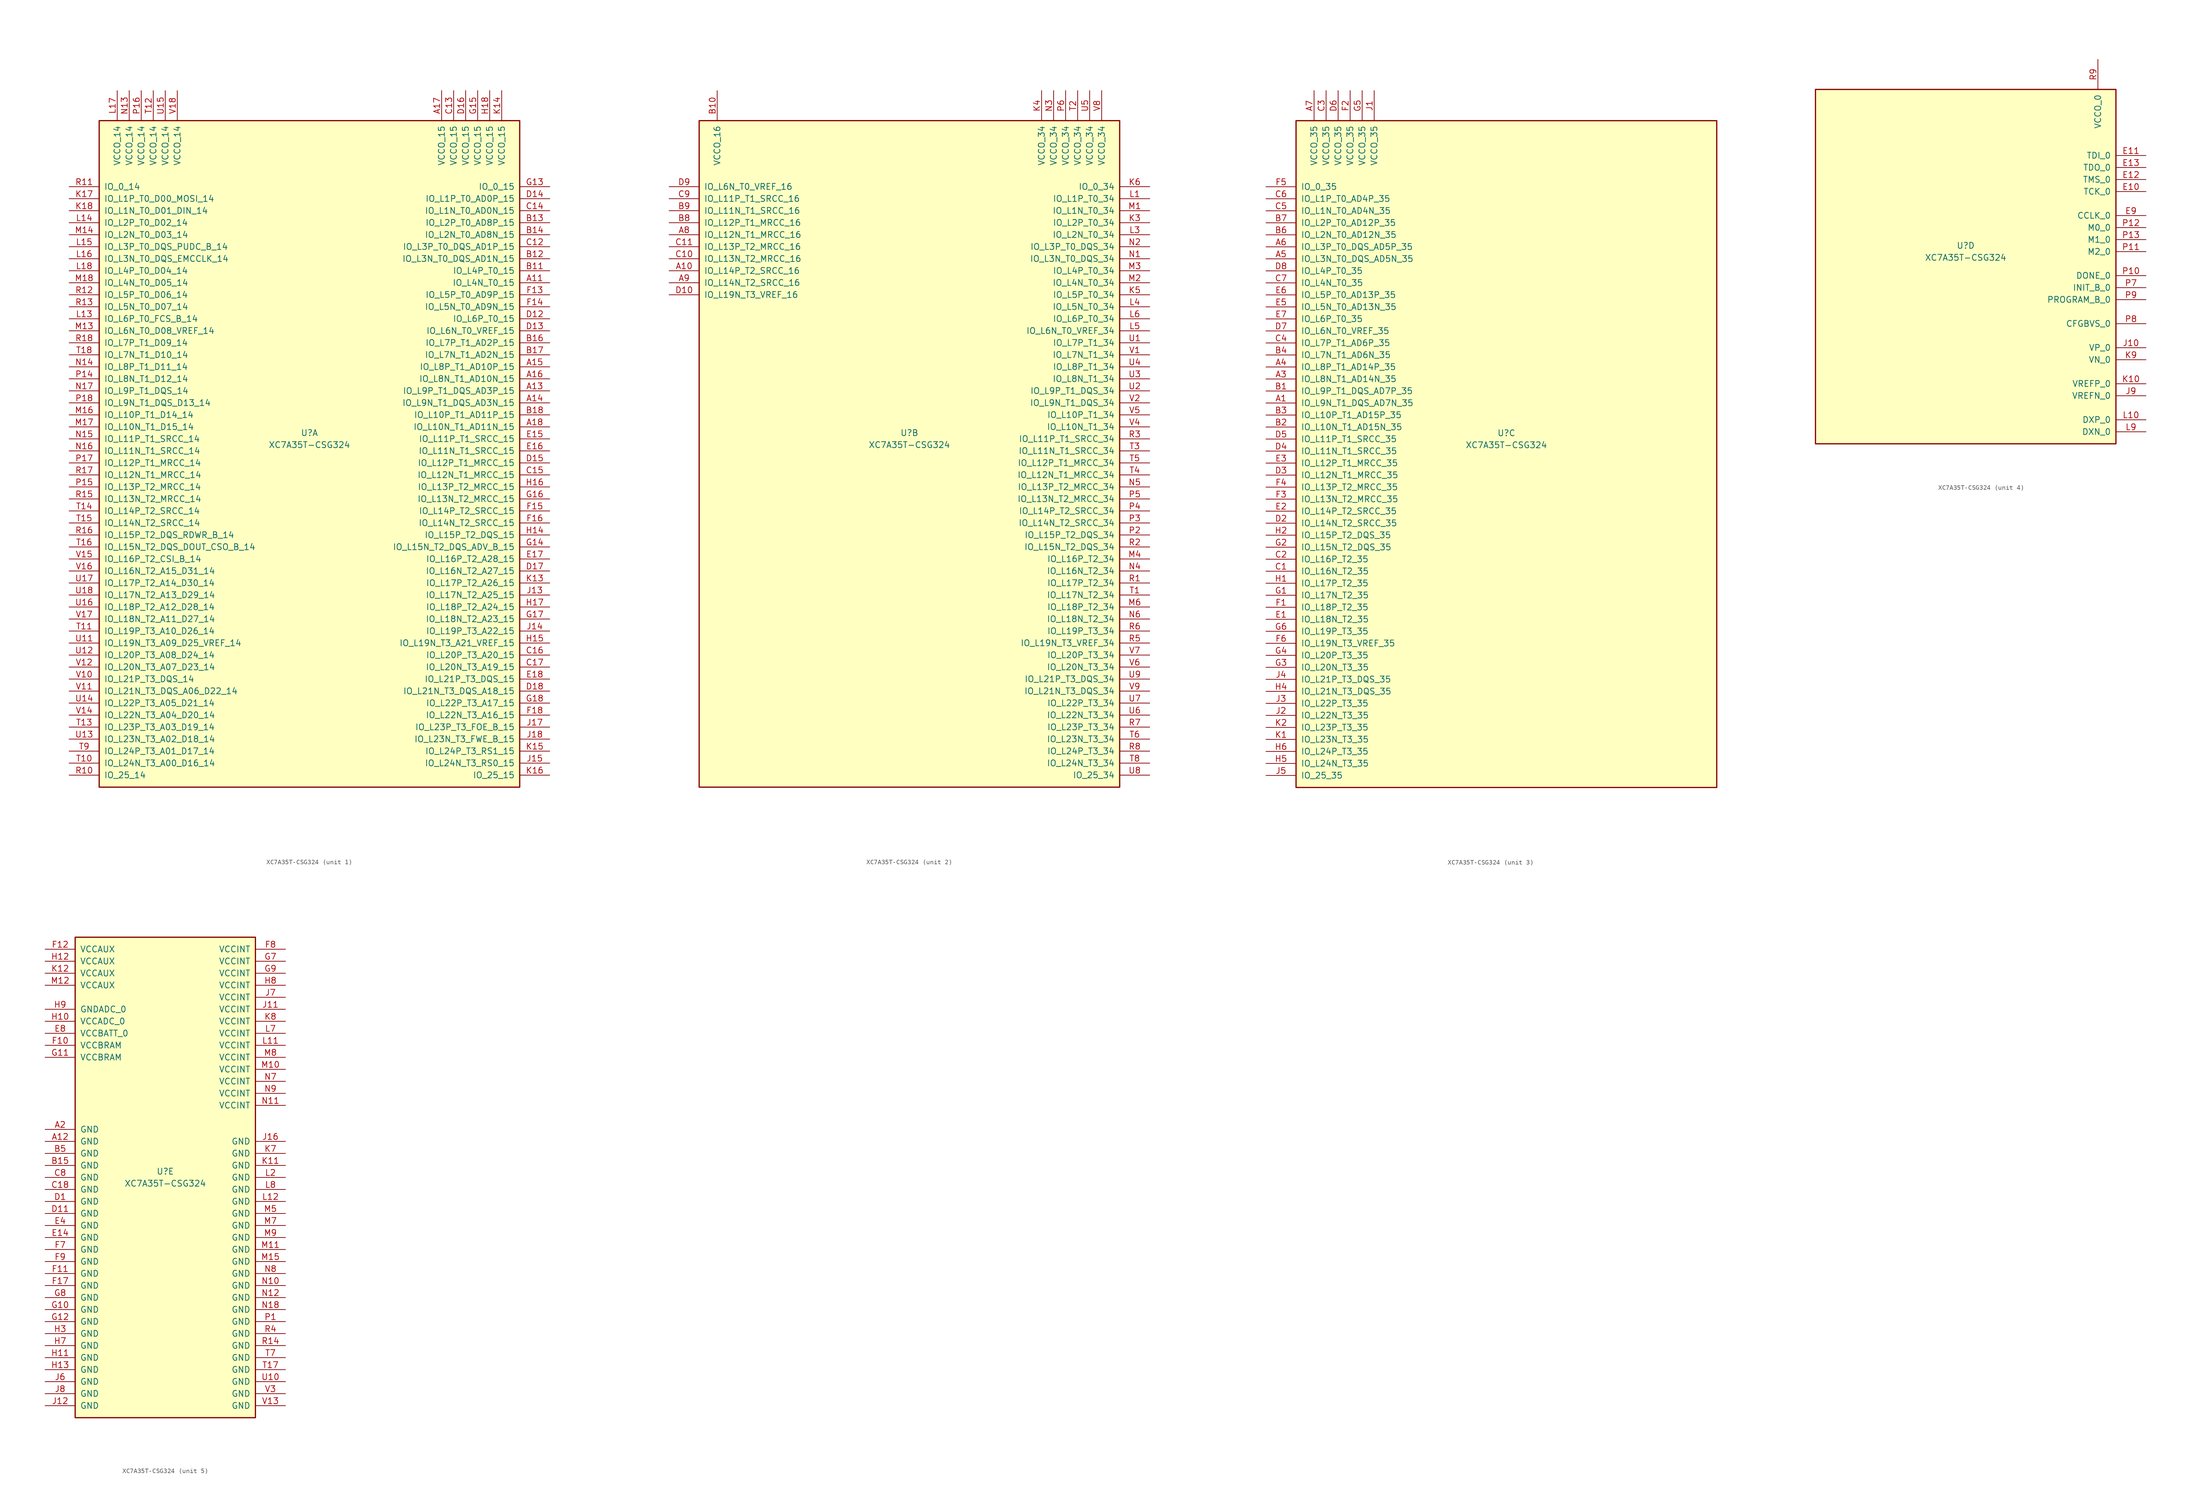
<source format=kicad_sym>
(kicad_symbol_lib
  (version 20241209)
  (generator "kicad_symbol_editor")
  (generator_version "9.0")
  (symbol "XC7A35T-CSG324"
    (pin_names
      (offset 1.016))
    (property "Reference" "U"
      (at 0 1.27 0)
      (effects (font (size 1.27 1.27))))
    (property "Value" "XC7A35T-CSG324"
      (at 0 -1.27 0)
      (effects (font (size 1.27 1.27))))
    (property "Datasheet" ""
      (at 0 0 0)
      (effects (font (size 1.27 1.27))))
    (property "ki_locked" ""
      (at 0 0 0)
      (effects (font (size 1.27 1.27))))
    (symbol "XC7A35T-CSG324_1_1"
      (rectangle (start -44.45 67.31) (end 44.45 -73.66) (stroke (width 0.254) (type default)) (fill (type background)))
      (pin bidirectional line (at -50.8 53.34 0) (length 6.35) (name "IO_0_14" (effects (font (size 1.27 1.27)))) (number "R11" (effects (font (size 1.27 1.27)))))
      (pin bidirectional line (at -50.8 50.8 0) (length 6.35) (name "IO_L1P_T0_D00_MOSI_14" (effects (font (size 1.27 1.27)))) (number "K17" (effects (font (size 1.27 1.27)))))
      (pin bidirectional line (at -50.8 48.26 0) (length 6.35) (name "IO_L1N_T0_D01_DIN_14" (effects (font (size 1.27 1.27)))) (number "K18" (effects (font (size 1.27 1.27)))))
      (pin bidirectional line (at -50.8 45.72 0) (length 6.35) (name "IO_L2P_T0_D02_14" (effects (font (size 1.27 1.27)))) (number "L14" (effects (font (size 1.27 1.27)))))
      (pin bidirectional line (at -50.8 43.18 0) (length 6.35) (name "IO_L2N_T0_D03_14" (effects (font (size 1.27 1.27)))) (number "M14" (effects (font (size 1.27 1.27)))))
      (pin bidirectional line (at -50.8 40.64 0) (length 6.35) (name "IO_L3P_T0_DQS_PUDC_B_14" (effects (font (size 1.27 1.27)))) (number "L15" (effects (font (size 1.27 1.27)))))
      (pin bidirectional line (at -50.8 38.1 0) (length 6.35) (name "IO_L3N_T0_DQS_EMCCLK_14" (effects (font (size 1.27 1.27)))) (number "L16" (effects (font (size 1.27 1.27)))))
      (pin bidirectional line (at -50.8 35.56 0) (length 6.35) (name "IO_L4P_T0_D04_14" (effects (font (size 1.27 1.27)))) (number "L18" (effects (font (size 1.27 1.27)))))
      (pin bidirectional line (at -50.8 33.02 0) (length 6.35) (name "IO_L4N_T0_D05_14" (effects (font (size 1.27 1.27)))) (number "M18" (effects (font (size 1.27 1.27)))))
      (pin bidirectional line (at -50.8 30.48 0) (length 6.35) (name "IO_L5P_T0_D06_14" (effects (font (size 1.27 1.27)))) (number "R12" (effects (font (size 1.27 1.27)))))
      (pin bidirectional line (at -50.8 27.94 0) (length 6.35) (name "IO_L5N_T0_D07_14" (effects (font (size 1.27 1.27)))) (number "R13" (effects (font (size 1.27 1.27)))))
      (pin bidirectional line (at -50.8 25.4 0) (length 6.35) (name "IO_L6P_T0_FCS_B_14" (effects (font (size 1.27 1.27)))) (number "L13" (effects (font (size 1.27 1.27)))))
      (pin bidirectional line (at -50.8 22.86 0) (length 6.35) (name "IO_L6N_T0_D08_VREF_14" (effects (font (size 1.27 1.27)))) (number "M13" (effects (font (size 1.27 1.27)))))
      (pin bidirectional line (at -50.8 20.32 0) (length 6.35) (name "IO_L7P_T1_D09_14" (effects (font (size 1.27 1.27)))) (number "R18" (effects (font (size 1.27 1.27)))))
      (pin bidirectional line (at -50.8 17.78 0) (length 6.35) (name "IO_L7N_T1_D10_14" (effects (font (size 1.27 1.27)))) (number "T18" (effects (font (size 1.27 1.27)))))
      (pin bidirectional line (at -50.8 15.24 0) (length 6.35) (name "IO_L8P_T1_D11_14" (effects (font (size 1.27 1.27)))) (number "N14" (effects (font (size 1.27 1.27)))))
      (pin bidirectional line (at -50.8 12.7 0) (length 6.35) (name "IO_L8N_T1_D12_14" (effects (font (size 1.27 1.27)))) (number "P14" (effects (font (size 1.27 1.27)))))
      (pin bidirectional line (at -50.8 10.16 0) (length 6.35) (name "IO_L9P_T1_DQS_14" (effects (font (size 1.27 1.27)))) (number "N17" (effects (font (size 1.27 1.27)))))
      (pin bidirectional line (at -50.8 7.62 0) (length 6.35) (name "IO_L9N_T1_DQS_D13_14" (effects (font (size 1.27 1.27)))) (number "P18" (effects (font (size 1.27 1.27)))))
      (pin bidirectional line (at -50.8 5.08 0) (length 6.35) (name "IO_L10P_T1_D14_14" (effects (font (size 1.27 1.27)))) (number "M16" (effects (font (size 1.27 1.27)))))
      (pin bidirectional line (at -50.8 2.54 0) (length 6.35) (name "IO_L10N_T1_D15_14" (effects (font (size 1.27 1.27)))) (number "M17" (effects (font (size 1.27 1.27)))))
      (pin bidirectional line (at -50.8 0 0) (length 6.35) (name "IO_L11P_T1_SRCC_14" (effects (font (size 1.27 1.27)))) (number "N15" (effects (font (size 1.27 1.27)))))
      (pin bidirectional line (at -50.8 -2.54 0) (length 6.35) (name "IO_L11N_T1_SRCC_14" (effects (font (size 1.27 1.27)))) (number "N16" (effects (font (size 1.27 1.27)))))
      (pin bidirectional line (at -50.8 -5.08 0) (length 6.35) (name "IO_L12P_T1_MRCC_14" (effects (font (size 1.27 1.27)))) (number "P17" (effects (font (size 1.27 1.27)))))
      (pin bidirectional line (at -50.8 -7.62 0) (length 6.35) (name "IO_L12N_T1_MRCC_14" (effects (font (size 1.27 1.27)))) (number "R17" (effects (font (size 1.27 1.27)))))
      (pin bidirectional line (at -50.8 -10.16 0) (length 6.35) (name "IO_L13P_T2_MRCC_14" (effects (font (size 1.27 1.27)))) (number "P15" (effects (font (size 1.27 1.27)))))
      (pin bidirectional line (at -50.8 -12.7 0) (length 6.35) (name "IO_L13N_T2_MRCC_14" (effects (font (size 1.27 1.27)))) (number "R15" (effects (font (size 1.27 1.27)))))
      (pin bidirectional line (at -50.8 -15.24 0) (length 6.35) (name "IO_L14P_T2_SRCC_14" (effects (font (size 1.27 1.27)))) (number "T14" (effects (font (size 1.27 1.27)))))
      (pin bidirectional line (at -50.8 -17.78 0) (length 6.35) (name "IO_L14N_T2_SRCC_14" (effects (font (size 1.27 1.27)))) (number "T15" (effects (font (size 1.27 1.27)))))
      (pin bidirectional line (at -50.8 -20.32 0) (length 6.35) (name "IO_L15P_T2_DQS_RDWR_B_14" (effects (font (size 1.27 1.27)))) (number "R16" (effects (font (size 1.27 1.27)))))
      (pin bidirectional line (at -50.8 -22.86 0) (length 6.35) (name "IO_L15N_T2_DQS_DOUT_CSO_B_14" (effects (font (size 1.27 1.27)))) (number "T16" (effects (font (size 1.27 1.27)))))
      (pin bidirectional line (at -50.8 -25.4 0) (length 6.35) (name "IO_L16P_T2_CSI_B_14" (effects (font (size 1.27 1.27)))) (number "V15" (effects (font (size 1.27 1.27)))))
      (pin bidirectional line (at -50.8 -27.94 0) (length 6.35) (name "IO_L16N_T2_A15_D31_14" (effects (font (size 1.27 1.27)))) (number "V16" (effects (font (size 1.27 1.27)))))
      (pin bidirectional line (at -50.8 -30.48 0) (length 6.35) (name "IO_L17P_T2_A14_D30_14" (effects (font (size 1.27 1.27)))) (number "U17" (effects (font (size 1.27 1.27)))))
      (pin bidirectional line (at -50.8 -33.02 0) (length 6.35) (name "IO_L17N_T2_A13_D29_14" (effects (font (size 1.27 1.27)))) (number "U18" (effects (font (size 1.27 1.27)))))
      (pin bidirectional line (at -50.8 -35.56 0) (length 6.35) (name "IO_L18P_T2_A12_D28_14" (effects (font (size 1.27 1.27)))) (number "U16" (effects (font (size 1.27 1.27)))))
      (pin bidirectional line (at -50.8 -38.1 0) (length 6.35) (name "IO_L18N_T2_A11_D27_14" (effects (font (size 1.27 1.27)))) (number "V17" (effects (font (size 1.27 1.27)))))
      (pin bidirectional line (at -50.8 -40.64 0) (length 6.35) (name "IO_L19P_T3_A10_D26_14" (effects (font (size 1.27 1.27)))) (number "T11" (effects (font (size 1.27 1.27)))))
      (pin bidirectional line (at -50.8 -43.18 0) (length 6.35) (name "IO_L19N_T3_A09_D25_VREF_14" (effects (font (size 1.27 1.27)))) (number "U11" (effects (font (size 1.27 1.27)))))
      (pin bidirectional line (at -50.8 -45.72 0) (length 6.35) (name "IO_L20P_T3_A08_D24_14" (effects (font (size 1.27 1.27)))) (number "U12" (effects (font (size 1.27 1.27)))))
      (pin bidirectional line (at -50.8 -48.26 0) (length 6.35) (name "IO_L20N_T3_A07_D23_14" (effects (font (size 1.27 1.27)))) (number "V12" (effects (font (size 1.27 1.27)))))
      (pin bidirectional line (at -50.8 -50.8 0) (length 6.35) (name "IO_L21P_T3_DQS_14" (effects (font (size 1.27 1.27)))) (number "V10" (effects (font (size 1.27 1.27)))))
      (pin bidirectional line (at -50.8 -53.34 0) (length 6.35) (name "IO_L21N_T3_DQS_A06_D22_14" (effects (font (size 1.27 1.27)))) (number "V11" (effects (font (size 1.27 1.27)))))
      (pin bidirectional line (at -50.8 -55.88 0) (length 6.35) (name "IO_L22P_T3_A05_D21_14" (effects (font (size 1.27 1.27)))) (number "U14" (effects (font (size 1.27 1.27)))))
      (pin bidirectional line (at -50.8 -58.42 0) (length 6.35) (name "IO_L22N_T3_A04_D20_14" (effects (font (size 1.27 1.27)))) (number "V14" (effects (font (size 1.27 1.27)))))
      (pin bidirectional line (at -50.8 -60.96 0) (length 6.35) (name "IO_L23P_T3_A03_D19_14" (effects (font (size 1.27 1.27)))) (number "T13" (effects (font (size 1.27 1.27)))))
      (pin bidirectional line (at -50.8 -63.5 0) (length 6.35) (name "IO_L23N_T3_A02_D18_14" (effects (font (size 1.27 1.27)))) (number "U13" (effects (font (size 1.27 1.27)))))
      (pin bidirectional line (at -50.8 -66.04 0) (length 6.35) (name "IO_L24P_T3_A01_D17_14" (effects (font (size 1.27 1.27)))) (number "T9" (effects (font (size 1.27 1.27)))))
      (pin bidirectional line (at -50.8 -68.58 0) (length 6.35) (name "IO_L24N_T3_A00_D16_14" (effects (font (size 1.27 1.27)))) (number "T10" (effects (font (size 1.27 1.27)))))
      (pin bidirectional line (at -50.8 -71.12 0) (length 6.35) (name "IO_25_14" (effects (font (size 1.27 1.27)))) (number "R10" (effects (font (size 1.27 1.27)))))
      (pin power_in line (at -40.64 73.66 270) (length 6.35) (name "VCCO_14" (effects (font (size 1.27 1.27)))) (number "L17" (effects (font (size 1.27 1.27)))))
      (pin power_in line (at -38.1 73.66 270) (length 6.35) (name "VCCO_14" (effects (font (size 1.27 1.27)))) (number "N13" (effects (font (size 1.27 1.27)))))
      (pin power_in line (at -35.56 73.66 270) (length 6.35) (name "VCCO_14" (effects (font (size 1.27 1.27)))) (number "P16" (effects (font (size 1.27 1.27)))))
      (pin power_in line (at -33.02 73.66 270) (length 6.35) (name "VCCO_14" (effects (font (size 1.27 1.27)))) (number "T12" (effects (font (size 1.27 1.27)))))
      (pin power_in line (at -30.48 73.66 270) (length 6.35) (name "VCCO_14" (effects (font (size 1.27 1.27)))) (number "U15" (effects (font (size 1.27 1.27)))))
      (pin power_in line (at -27.94 73.66 270) (length 6.35) (name "VCCO_14" (effects (font (size 1.27 1.27)))) (number "V18" (effects (font (size 1.27 1.27)))))
      (pin power_in line (at 27.94 73.66 270) (length 6.35) (name "VCCO_15" (effects (font (size 1.27 1.27)))) (number "A17" (effects (font (size 1.27 1.27)))))
      (pin power_in line (at 30.48 73.66 270) (length 6.35) (name "VCCO_15" (effects (font (size 1.27 1.27)))) (number "C13" (effects (font (size 1.27 1.27)))))
      (pin power_in line (at 33.02 73.66 270) (length 6.35) (name "VCCO_15" (effects (font (size 1.27 1.27)))) (number "D16" (effects (font (size 1.27 1.27)))))
      (pin power_in line (at 35.56 73.66 270) (length 6.35) (name "VCCO_15" (effects (font (size 1.27 1.27)))) (number "G15" (effects (font (size 1.27 1.27)))))
      (pin power_in line (at 38.1 73.66 270) (length 6.35) (name "VCCO_15" (effects (font (size 1.27 1.27)))) (number "H18" (effects (font (size 1.27 1.27)))))
      (pin power_in line (at 40.64 73.66 270) (length 6.35) (name "VCCO_15" (effects (font (size 1.27 1.27)))) (number "K14" (effects (font (size 1.27 1.27)))))
      (pin bidirectional line (at 50.8 53.34 180) (length 6.35) (name "IO_0_15" (effects (font (size 1.27 1.27)))) (number "G13" (effects (font (size 1.27 1.27)))))
      (pin bidirectional line (at 50.8 50.8 180) (length 6.35) (name "IO_L1P_T0_AD0P_15" (effects (font (size 1.27 1.27)))) (number "D14" (effects (font (size 1.27 1.27)))))
      (pin bidirectional line (at 50.8 48.26 180) (length 6.35) (name "IO_L1N_T0_AD0N_15" (effects (font (size 1.27 1.27)))) (number "C14" (effects (font (size 1.27 1.27)))))
      (pin bidirectional line (at 50.8 45.72 180) (length 6.35) (name "IO_L2P_T0_AD8P_15" (effects (font (size 1.27 1.27)))) (number "B13" (effects (font (size 1.27 1.27)))))
      (pin bidirectional line (at 50.8 43.18 180) (length 6.35) (name "IO_L2N_T0_AD8N_15" (effects (font (size 1.27 1.27)))) (number "B14" (effects (font (size 1.27 1.27)))))
      (pin bidirectional line (at 50.8 40.64 180) (length 6.35) (name "IO_L3P_T0_DQS_AD1P_15" (effects (font (size 1.27 1.27)))) (number "C12" (effects (font (size 1.27 1.27)))))
      (pin bidirectional line (at 50.8 38.1 180) (length 6.35) (name "IO_L3N_T0_DQS_AD1N_15" (effects (font (size 1.27 1.27)))) (number "B12" (effects (font (size 1.27 1.27)))))
      (pin bidirectional line (at 50.8 35.56 180) (length 6.35) (name "IO_L4P_T0_15" (effects (font (size 1.27 1.27)))) (number "B11" (effects (font (size 1.27 1.27)))))
      (pin bidirectional line (at 50.8 33.02 180) (length 6.35) (name "IO_L4N_T0_15" (effects (font (size 1.27 1.27)))) (number "A11" (effects (font (size 1.27 1.27)))))
      (pin bidirectional line (at 50.8 30.48 180) (length 6.35) (name "IO_L5P_T0_AD9P_15" (effects (font (size 1.27 1.27)))) (number "F13" (effects (font (size 1.27 1.27)))))
      (pin bidirectional line (at 50.8 27.94 180) (length 6.35) (name "IO_L5N_T0_AD9N_15" (effects (font (size 1.27 1.27)))) (number "F14" (effects (font (size 1.27 1.27)))))
      (pin bidirectional line (at 50.8 25.4 180) (length 6.35) (name "IO_L6P_T0_15" (effects (font (size 1.27 1.27)))) (number "D12" (effects (font (size 1.27 1.27)))))
      (pin bidirectional line (at 50.8 22.86 180) (length 6.35) (name "IO_L6N_T0_VREF_15" (effects (font (size 1.27 1.27)))) (number "D13" (effects (font (size 1.27 1.27)))))
      (pin bidirectional line (at 50.8 20.32 180) (length 6.35) (name "IO_L7P_T1_AD2P_15" (effects (font (size 1.27 1.27)))) (number "B16" (effects (font (size 1.27 1.27)))))
      (pin bidirectional line (at 50.8 17.78 180) (length 6.35) (name "IO_L7N_T1_AD2N_15" (effects (font (size 1.27 1.27)))) (number "B17" (effects (font (size 1.27 1.27)))))
      (pin bidirectional line (at 50.8 15.24 180) (length 6.35) (name "IO_L8P_T1_AD10P_15" (effects (font (size 1.27 1.27)))) (number "A15" (effects (font (size 1.27 1.27)))))
      (pin bidirectional line (at 50.8 12.7 180) (length 6.35) (name "IO_L8N_T1_AD10N_15" (effects (font (size 1.27 1.27)))) (number "A16" (effects (font (size 1.27 1.27)))))
      (pin bidirectional line (at 50.8 10.16 180) (length 6.35) (name "IO_L9P_T1_DQS_AD3P_15" (effects (font (size 1.27 1.27)))) (number "A13" (effects (font (size 1.27 1.27)))))
      (pin bidirectional line (at 50.8 7.62 180) (length 6.35) (name "IO_L9N_T1_DQS_AD3N_15" (effects (font (size 1.27 1.27)))) (number "A14" (effects (font (size 1.27 1.27)))))
      (pin bidirectional line (at 50.8 5.08 180) (length 6.35) (name "IO_L10P_T1_AD11P_15" (effects (font (size 1.27 1.27)))) (number "B18" (effects (font (size 1.27 1.27)))))
      (pin bidirectional line (at 50.8 2.54 180) (length 6.35) (name "IO_L10N_T1_AD11N_15" (effects (font (size 1.27 1.27)))) (number "A18" (effects (font (size 1.27 1.27)))))
      (pin bidirectional line (at 50.8 0 180) (length 6.35) (name "IO_L11P_T1_SRCC_15" (effects (font (size 1.27 1.27)))) (number "E15" (effects (font (size 1.27 1.27)))))
      (pin bidirectional line (at 50.8 -2.54 180) (length 6.35) (name "IO_L11N_T1_SRCC_15" (effects (font (size 1.27 1.27)))) (number "E16" (effects (font (size 1.27 1.27)))))
      (pin bidirectional line (at 50.8 -5.08 180) (length 6.35) (name "IO_L12P_T1_MRCC_15" (effects (font (size 1.27 1.27)))) (number "D15" (effects (font (size 1.27 1.27)))))
      (pin bidirectional line (at 50.8 -7.62 180) (length 6.35) (name "IO_L12N_T1_MRCC_15" (effects (font (size 1.27 1.27)))) (number "C15" (effects (font (size 1.27 1.27)))))
      (pin bidirectional line (at 50.8 -10.16 180) (length 6.35) (name "IO_L13P_T2_MRCC_15" (effects (font (size 1.27 1.27)))) (number "H16" (effects (font (size 1.27 1.27)))))
      (pin bidirectional line (at 50.8 -12.7 180) (length 6.35) (name "IO_L13N_T2_MRCC_15" (effects (font (size 1.27 1.27)))) (number "G16" (effects (font (size 1.27 1.27)))))
      (pin bidirectional line (at 50.8 -15.24 180) (length 6.35) (name "IO_L14P_T2_SRCC_15" (effects (font (size 1.27 1.27)))) (number "F15" (effects (font (size 1.27 1.27)))))
      (pin bidirectional line (at 50.8 -17.78 180) (length 6.35) (name "IO_L14N_T2_SRCC_15" (effects (font (size 1.27 1.27)))) (number "F16" (effects (font (size 1.27 1.27)))))
      (pin bidirectional line (at 50.8 -20.32 180) (length 6.35) (name "IO_L15P_T2_DQS_15" (effects (font (size 1.27 1.27)))) (number "H14" (effects (font (size 1.27 1.27)))))
      (pin bidirectional line (at 50.8 -22.86 180) (length 6.35) (name "IO_L15N_T2_DQS_ADV_B_15" (effects (font (size 1.27 1.27)))) (number "G14" (effects (font (size 1.27 1.27)))))
      (pin bidirectional line (at 50.8 -25.4 180) (length 6.35) (name "IO_L16P_T2_A28_15" (effects (font (size 1.27 1.27)))) (number "E17" (effects (font (size 1.27 1.27)))))
      (pin bidirectional line (at 50.8 -27.94 180) (length 6.35) (name "IO_L16N_T2_A27_15" (effects (font (size 1.27 1.27)))) (number "D17" (effects (font (size 1.27 1.27)))))
      (pin bidirectional line (at 50.8 -30.48 180) (length 6.35) (name "IO_L17P_T2_A26_15" (effects (font (size 1.27 1.27)))) (number "K13" (effects (font (size 1.27 1.27)))))
      (pin bidirectional line (at 50.8 -33.02 180) (length 6.35) (name "IO_L17N_T2_A25_15" (effects (font (size 1.27 1.27)))) (number "J13" (effects (font (size 1.27 1.27)))))
      (pin bidirectional line (at 50.8 -35.56 180) (length 6.35) (name "IO_L18P_T2_A24_15" (effects (font (size 1.27 1.27)))) (number "H17" (effects (font (size 1.27 1.27)))))
      (pin bidirectional line (at 50.8 -38.1 180) (length 6.35) (name "IO_L18N_T2_A23_15" (effects (font (size 1.27 1.27)))) (number "G17" (effects (font (size 1.27 1.27)))))
      (pin bidirectional line (at 50.8 -40.64 180) (length 6.35) (name "IO_L19P_T3_A22_15" (effects (font (size 1.27 1.27)))) (number "J14" (effects (font (size 1.27 1.27)))))
      (pin bidirectional line (at 50.8 -43.18 180) (length 6.35) (name "IO_L19N_T3_A21_VREF_15" (effects (font (size 1.27 1.27)))) (number "H15" (effects (font (size 1.27 1.27)))))
      (pin bidirectional line (at 50.8 -45.72 180) (length 6.35) (name "IO_L20P_T3_A20_15" (effects (font (size 1.27 1.27)))) (number "C16" (effects (font (size 1.27 1.27)))))
      (pin bidirectional line (at 50.8 -48.26 180) (length 6.35) (name "IO_L20N_T3_A19_15" (effects (font (size 1.27 1.27)))) (number "C17" (effects (font (size 1.27 1.27)))))
      (pin bidirectional line (at 50.8 -50.8 180) (length 6.35) (name "IO_L21P_T3_DQS_15" (effects (font (size 1.27 1.27)))) (number "E18" (effects (font (size 1.27 1.27)))))
      (pin bidirectional line (at 50.8 -53.34 180) (length 6.35) (name "IO_L21N_T3_DQS_A18_15" (effects (font (size 1.27 1.27)))) (number "D18" (effects (font (size 1.27 1.27)))))
      (pin bidirectional line (at 50.8 -55.88 180) (length 6.35) (name "IO_L22P_T3_A17_15" (effects (font (size 1.27 1.27)))) (number "G18" (effects (font (size 1.27 1.27)))))
      (pin bidirectional line (at 50.8 -58.42 180) (length 6.35) (name "IO_L22N_T3_A16_15" (effects (font (size 1.27 1.27)))) (number "F18" (effects (font (size 1.27 1.27)))))
      (pin bidirectional line (at 50.8 -60.96 180) (length 6.35) (name "IO_L23P_T3_FOE_B_15" (effects (font (size 1.27 1.27)))) (number "J17" (effects (font (size 1.27 1.27)))))
      (pin bidirectional line (at 50.8 -63.5 180) (length 6.35) (name "IO_L23N_T3_FWE_B_15" (effects (font (size 1.27 1.27)))) (number "J18" (effects (font (size 1.27 1.27)))))
      (pin bidirectional line (at 50.8 -66.04 180) (length 6.35) (name "IO_L24P_T3_RS1_15" (effects (font (size 1.27 1.27)))) (number "K15" (effects (font (size 1.27 1.27)))))
      (pin bidirectional line (at 50.8 -68.58 180) (length 6.35) (name "IO_L24N_T3_RS0_15" (effects (font (size 1.27 1.27)))) (number "J15" (effects (font (size 1.27 1.27)))))
      (pin bidirectional line (at 50.8 -71.12 180) (length 6.35) (name "IO_25_15" (effects (font (size 1.27 1.27)))) (number "K16" (effects (font (size 1.27 1.27))))))
    (symbol "XC7A35T-CSG324_2_1"
      (rectangle (start -44.45 67.31) (end 44.45 -73.66) (stroke (width 0.254) (type default)) (fill (type background)))
      (pin bidirectional line (at -50.8 53.34 0) (length 6.35) (name "IO_L6N_T0_VREF_16" (effects (font (size 1.27 1.27)))) (number "D9" (effects (font (size 1.27 1.27)))))
      (pin bidirectional line (at -50.8 50.8 0) (length 6.35) (name "IO_L11P_T1_SRCC_16" (effects (font (size 1.27 1.27)))) (number "C9" (effects (font (size 1.27 1.27)))))
      (pin bidirectional line (at -50.8 48.26 0) (length 6.35) (name "IO_L11N_T1_SRCC_16" (effects (font (size 1.27 1.27)))) (number "B9" (effects (font (size 1.27 1.27)))))
      (pin bidirectional line (at -50.8 45.72 0) (length 6.35) (name "IO_L12P_T1_MRCC_16" (effects (font (size 1.27 1.27)))) (number "B8" (effects (font (size 1.27 1.27)))))
      (pin bidirectional line (at -50.8 43.18 0) (length 6.35) (name "IO_L12N_T1_MRCC_16" (effects (font (size 1.27 1.27)))) (number "A8" (effects (font (size 1.27 1.27)))))
      (pin bidirectional line (at -50.8 40.64 0) (length 6.35) (name "IO_L13P_T2_MRCC_16" (effects (font (size 1.27 1.27)))) (number "C11" (effects (font (size 1.27 1.27)))))
      (pin bidirectional line (at -50.8 38.1 0) (length 6.35) (name "IO_L13N_T2_MRCC_16" (effects (font (size 1.27 1.27)))) (number "C10" (effects (font (size 1.27 1.27)))))
      (pin bidirectional line (at -50.8 35.56 0) (length 6.35) (name "IO_L14P_T2_SRCC_16" (effects (font (size 1.27 1.27)))) (number "A10" (effects (font (size 1.27 1.27)))))
      (pin bidirectional line (at -50.8 33.02 0) (length 6.35) (name "IO_L14N_T2_SRCC_16" (effects (font (size 1.27 1.27)))) (number "A9" (effects (font (size 1.27 1.27)))))
      (pin bidirectional line (at -50.8 30.48 0) (length 6.35) (name "IO_L19N_T3_VREF_16" (effects (font (size 1.27 1.27)))) (number "D10" (effects (font (size 1.27 1.27)))))
      (pin power_in line (at -40.64 73.66 270) (length 6.35) (name "VCCO_16" (effects (font (size 1.27 1.27)))) (number "B10" (effects (font (size 1.27 1.27)))))
      (pin power_in line (at 27.94 73.66 270) (length 6.35) (name "VCCO_34" (effects (font (size 1.27 1.27)))) (number "K4" (effects (font (size 1.27 1.27)))))
      (pin power_in line (at 30.48 73.66 270) (length 6.35) (name "VCCO_34" (effects (font (size 1.27 1.27)))) (number "N3" (effects (font (size 1.27 1.27)))))
      (pin power_in line (at 33.02 73.66 270) (length 6.35) (name "VCCO_34" (effects (font (size 1.27 1.27)))) (number "P6" (effects (font (size 1.27 1.27)))))
      (pin power_in line (at 35.56 73.66 270) (length 6.35) (name "VCCO_34" (effects (font (size 1.27 1.27)))) (number "T2" (effects (font (size 1.27 1.27)))))
      (pin power_in line (at 38.1 73.66 270) (length 6.35) (name "VCCO_34" (effects (font (size 1.27 1.27)))) (number "U5" (effects (font (size 1.27 1.27)))))
      (pin power_in line (at 40.64 73.66 270) (length 6.35) (name "VCCO_34" (effects (font (size 1.27 1.27)))) (number "V8" (effects (font (size 1.27 1.27)))))
      (pin bidirectional line (at 50.8 53.34 180) (length 6.35) (name "IO_0_34" (effects (font (size 1.27 1.27)))) (number "K6" (effects (font (size 1.27 1.27)))))
      (pin bidirectional line (at 50.8 50.8 180) (length 6.35) (name "IO_L1P_T0_34" (effects (font (size 1.27 1.27)))) (number "L1" (effects (font (size 1.27 1.27)))))
      (pin bidirectional line (at 50.8 48.26 180) (length 6.35) (name "IO_L1N_T0_34" (effects (font (size 1.27 1.27)))) (number "M1" (effects (font (size 1.27 1.27)))))
      (pin bidirectional line (at 50.8 45.72 180) (length 6.35) (name "IO_L2P_T0_34" (effects (font (size 1.27 1.27)))) (number "K3" (effects (font (size 1.27 1.27)))))
      (pin bidirectional line (at 50.8 43.18 180) (length 6.35) (name "IO_L2N_T0_34" (effects (font (size 1.27 1.27)))) (number "L3" (effects (font (size 1.27 1.27)))))
      (pin bidirectional line (at 50.8 40.64 180) (length 6.35) (name "IO_L3P_T0_DQS_34" (effects (font (size 1.27 1.27)))) (number "N2" (effects (font (size 1.27 1.27)))))
      (pin bidirectional line (at 50.8 38.1 180) (length 6.35) (name "IO_L3N_T0_DQS_34" (effects (font (size 1.27 1.27)))) (number "N1" (effects (font (size 1.27 1.27)))))
      (pin bidirectional line (at 50.8 35.56 180) (length 6.35) (name "IO_L4P_T0_34" (effects (font (size 1.27 1.27)))) (number "M3" (effects (font (size 1.27 1.27)))))
      (pin bidirectional line (at 50.8 33.02 180) (length 6.35) (name "IO_L4N_T0_34" (effects (font (size 1.27 1.27)))) (number "M2" (effects (font (size 1.27 1.27)))))
      (pin bidirectional line (at 50.8 30.48 180) (length 6.35) (name "IO_L5P_T0_34" (effects (font (size 1.27 1.27)))) (number "K5" (effects (font (size 1.27 1.27)))))
      (pin bidirectional line (at 50.8 27.94 180) (length 6.35) (name "IO_L5N_T0_34" (effects (font (size 1.27 1.27)))) (number "L4" (effects (font (size 1.27 1.27)))))
      (pin bidirectional line (at 50.8 25.4 180) (length 6.35) (name "IO_L6P_T0_34" (effects (font (size 1.27 1.27)))) (number "L6" (effects (font (size 1.27 1.27)))))
      (pin bidirectional line (at 50.8 22.86 180) (length 6.35) (name "IO_L6N_T0_VREF_34" (effects (font (size 1.27 1.27)))) (number "L5" (effects (font (size 1.27 1.27)))))
      (pin bidirectional line (at 50.8 20.32 180) (length 6.35) (name "IO_L7P_T1_34" (effects (font (size 1.27 1.27)))) (number "U1" (effects (font (size 1.27 1.27)))))
      (pin bidirectional line (at 50.8 17.78 180) (length 6.35) (name "IO_L7N_T1_34" (effects (font (size 1.27 1.27)))) (number "V1" (effects (font (size 1.27 1.27)))))
      (pin bidirectional line (at 50.8 15.24 180) (length 6.35) (name "IO_L8P_T1_34" (effects (font (size 1.27 1.27)))) (number "U4" (effects (font (size 1.27 1.27)))))
      (pin bidirectional line (at 50.8 12.7 180) (length 6.35) (name "IO_L8N_T1_34" (effects (font (size 1.27 1.27)))) (number "U3" (effects (font (size 1.27 1.27)))))
      (pin bidirectional line (at 50.8 10.16 180) (length 6.35) (name "IO_L9P_T1_DQS_34" (effects (font (size 1.27 1.27)))) (number "U2" (effects (font (size 1.27 1.27)))))
      (pin bidirectional line (at 50.8 7.62 180) (length 6.35) (name "IO_L9N_T1_DQS_34" (effects (font (size 1.27 1.27)))) (number "V2" (effects (font (size 1.27 1.27)))))
      (pin bidirectional line (at 50.8 5.08 180) (length 6.35) (name "IO_L10P_T1_34" (effects (font (size 1.27 1.27)))) (number "V5" (effects (font (size 1.27 1.27)))))
      (pin bidirectional line (at 50.8 2.54 180) (length 6.35) (name "IO_L10N_T1_34" (effects (font (size 1.27 1.27)))) (number "V4" (effects (font (size 1.27 1.27)))))
      (pin bidirectional line (at 50.8 0 180) (length 6.35) (name "IO_L11P_T1_SRCC_34" (effects (font (size 1.27 1.27)))) (number "R3" (effects (font (size 1.27 1.27)))))
      (pin bidirectional line (at 50.8 -2.54 180) (length 6.35) (name "IO_L11N_T1_SRCC_34" (effects (font (size 1.27 1.27)))) (number "T3" (effects (font (size 1.27 1.27)))))
      (pin bidirectional line (at 50.8 -5.08 180) (length 6.35) (name "IO_L12P_T1_MRCC_34" (effects (font (size 1.27 1.27)))) (number "T5" (effects (font (size 1.27 1.27)))))
      (pin bidirectional line (at 50.8 -7.62 180) (length 6.35) (name "IO_L12N_T1_MRCC_34" (effects (font (size 1.27 1.27)))) (number "T4" (effects (font (size 1.27 1.27)))))
      (pin bidirectional line (at 50.8 -10.16 180) (length 6.35) (name "IO_L13P_T2_MRCC_34" (effects (font (size 1.27 1.27)))) (number "N5" (effects (font (size 1.27 1.27)))))
      (pin bidirectional line (at 50.8 -12.7 180) (length 6.35) (name "IO_L13N_T2_MRCC_34" (effects (font (size 1.27 1.27)))) (number "P5" (effects (font (size 1.27 1.27)))))
      (pin bidirectional line (at 50.8 -15.24 180) (length 6.35) (name "IO_L14P_T2_SRCC_34" (effects (font (size 1.27 1.27)))) (number "P4" (effects (font (size 1.27 1.27)))))
      (pin bidirectional line (at 50.8 -17.78 180) (length 6.35) (name "IO_L14N_T2_SRCC_34" (effects (font (size 1.27 1.27)))) (number "P3" (effects (font (size 1.27 1.27)))))
      (pin bidirectional line (at 50.8 -20.32 180) (length 6.35) (name "IO_L15P_T2_DQS_34" (effects (font (size 1.27 1.27)))) (number "P2" (effects (font (size 1.27 1.27)))))
      (pin bidirectional line (at 50.8 -22.86 180) (length 6.35) (name "IO_L15N_T2_DQS_34" (effects (font (size 1.27 1.27)))) (number "R2" (effects (font (size 1.27 1.27)))))
      (pin bidirectional line (at 50.8 -25.4 180) (length 6.35) (name "IO_L16P_T2_34" (effects (font (size 1.27 1.27)))) (number "M4" (effects (font (size 1.27 1.27)))))
      (pin bidirectional line (at 50.8 -27.94 180) (length 6.35) (name "IO_L16N_T2_34" (effects (font (size 1.27 1.27)))) (number "N4" (effects (font (size 1.27 1.27)))))
      (pin bidirectional line (at 50.8 -30.48 180) (length 6.35) (name "IO_L17P_T2_34" (effects (font (size 1.27 1.27)))) (number "R1" (effects (font (size 1.27 1.27)))))
      (pin bidirectional line (at 50.8 -33.02 180) (length 6.35) (name "IO_L17N_T2_34" (effects (font (size 1.27 1.27)))) (number "T1" (effects (font (size 1.27 1.27)))))
      (pin bidirectional line (at 50.8 -35.56 180) (length 6.35) (name "IO_L18P_T2_34" (effects (font (size 1.27 1.27)))) (number "M6" (effects (font (size 1.27 1.27)))))
      (pin bidirectional line (at 50.8 -38.1 180) (length 6.35) (name "IO_L18N_T2_34" (effects (font (size 1.27 1.27)))) (number "N6" (effects (font (size 1.27 1.27)))))
      (pin bidirectional line (at 50.8 -40.64 180) (length 6.35) (name "IO_L19P_T3_34" (effects (font (size 1.27 1.27)))) (number "R6" (effects (font (size 1.27 1.27)))))
      (pin bidirectional line (at 50.8 -43.18 180) (length 6.35) (name "IO_L19N_T3_VREF_34" (effects (font (size 1.27 1.27)))) (number "R5" (effects (font (size 1.27 1.27)))))
      (pin bidirectional line (at 50.8 -45.72 180) (length 6.35) (name "IO_L20P_T3_34" (effects (font (size 1.27 1.27)))) (number "V7" (effects (font (size 1.27 1.27)))))
      (pin bidirectional line (at 50.8 -48.26 180) (length 6.35) (name "IO_L20N_T3_34" (effects (font (size 1.27 1.27)))) (number "V6" (effects (font (size 1.27 1.27)))))
      (pin bidirectional line (at 50.8 -50.8 180) (length 6.35) (name "IO_L21P_T3_DQS_34" (effects (font (size 1.27 1.27)))) (number "U9" (effects (font (size 1.27 1.27)))))
      (pin bidirectional line (at 50.8 -53.34 180) (length 6.35) (name "IO_L21N_T3_DQS_34" (effects (font (size 1.27 1.27)))) (number "V9" (effects (font (size 1.27 1.27)))))
      (pin bidirectional line (at 50.8 -55.88 180) (length 6.35) (name "IO_L22P_T3_34" (effects (font (size 1.27 1.27)))) (number "U7" (effects (font (size 1.27 1.27)))))
      (pin bidirectional line (at 50.8 -58.42 180) (length 6.35) (name "IO_L22N_T3_34" (effects (font (size 1.27 1.27)))) (number "U6" (effects (font (size 1.27 1.27)))))
      (pin bidirectional line (at 50.8 -60.96 180) (length 6.35) (name "IO_L23P_T3_34" (effects (font (size 1.27 1.27)))) (number "R7" (effects (font (size 1.27 1.27)))))
      (pin bidirectional line (at 50.8 -63.5 180) (length 6.35) (name "IO_L23N_T3_34" (effects (font (size 1.27 1.27)))) (number "T6" (effects (font (size 1.27 1.27)))))
      (pin bidirectional line (at 50.8 -66.04 180) (length 6.35) (name "IO_L24P_T3_34" (effects (font (size 1.27 1.27)))) (number "R8" (effects (font (size 1.27 1.27)))))
      (pin bidirectional line (at 50.8 -68.58 180) (length 6.35) (name "IO_L24N_T3_34" (effects (font (size 1.27 1.27)))) (number "T8" (effects (font (size 1.27 1.27)))))
      (pin bidirectional line (at 50.8 -71.12 180) (length 6.35) (name "IO_25_34" (effects (font (size 1.27 1.27)))) (number "U8" (effects (font (size 1.27 1.27))))))
    (symbol "XC7A35T-CSG324_3_1"
      (rectangle (start -44.45 67.31) (end 44.45 -73.66) (stroke (width 0.254) (type default)) (fill (type background)))
      (pin bidirectional line (at -50.8 53.34 0) (length 6.35) (name "IO_0_35" (effects (font (size 1.27 1.27)))) (number "F5" (effects (font (size 1.27 1.27)))))
      (pin bidirectional line (at -50.8 50.8 0) (length 6.35) (name "IO_L1P_T0_AD4P_35" (effects (font (size 1.27 1.27)))) (number "C6" (effects (font (size 1.27 1.27)))))
      (pin bidirectional line (at -50.8 48.26 0) (length 6.35) (name "IO_L1N_T0_AD4N_35" (effects (font (size 1.27 1.27)))) (number "C5" (effects (font (size 1.27 1.27)))))
      (pin bidirectional line (at -50.8 45.72 0) (length 6.35) (name "IO_L2P_T0_AD12P_35" (effects (font (size 1.27 1.27)))) (number "B7" (effects (font (size 1.27 1.27)))))
      (pin bidirectional line (at -50.8 43.18 0) (length 6.35) (name "IO_L2N_T0_AD12N_35" (effects (font (size 1.27 1.27)))) (number "B6" (effects (font (size 1.27 1.27)))))
      (pin bidirectional line (at -50.8 40.64 0) (length 6.35) (name "IO_L3P_T0_DQS_AD5P_35" (effects (font (size 1.27 1.27)))) (number "A6" (effects (font (size 1.27 1.27)))))
      (pin bidirectional line (at -50.8 38.1 0) (length 6.35) (name "IO_L3N_T0_DQS_AD5N_35" (effects (font (size 1.27 1.27)))) (number "A5" (effects (font (size 1.27 1.27)))))
      (pin bidirectional line (at -50.8 35.56 0) (length 6.35) (name "IO_L4P_T0_35" (effects (font (size 1.27 1.27)))) (number "D8" (effects (font (size 1.27 1.27)))))
      (pin bidirectional line (at -50.8 33.02 0) (length 6.35) (name "IO_L4N_T0_35" (effects (font (size 1.27 1.27)))) (number "C7" (effects (font (size 1.27 1.27)))))
      (pin bidirectional line (at -50.8 30.48 0) (length 6.35) (name "IO_L5P_T0_AD13P_35" (effects (font (size 1.27 1.27)))) (number "E6" (effects (font (size 1.27 1.27)))))
      (pin bidirectional line (at -50.8 27.94 0) (length 6.35) (name "IO_L5N_T0_AD13N_35" (effects (font (size 1.27 1.27)))) (number "E5" (effects (font (size 1.27 1.27)))))
      (pin bidirectional line (at -50.8 25.4 0) (length 6.35) (name "IO_L6P_T0_35" (effects (font (size 1.27 1.27)))) (number "E7" (effects (font (size 1.27 1.27)))))
      (pin bidirectional line (at -50.8 22.86 0) (length 6.35) (name "IO_L6N_T0_VREF_35" (effects (font (size 1.27 1.27)))) (number "D7" (effects (font (size 1.27 1.27)))))
      (pin bidirectional line (at -50.8 20.32 0) (length 6.35) (name "IO_L7P_T1_AD6P_35" (effects (font (size 1.27 1.27)))) (number "C4" (effects (font (size 1.27 1.27)))))
      (pin bidirectional line (at -50.8 17.78 0) (length 6.35) (name "IO_L7N_T1_AD6N_35" (effects (font (size 1.27 1.27)))) (number "B4" (effects (font (size 1.27 1.27)))))
      (pin bidirectional line (at -50.8 15.24 0) (length 6.35) (name "IO_L8P_T1_AD14P_35" (effects (font (size 1.27 1.27)))) (number "A4" (effects (font (size 1.27 1.27)))))
      (pin bidirectional line (at -50.8 12.7 0) (length 6.35) (name "IO_L8N_T1_AD14N_35" (effects (font (size 1.27 1.27)))) (number "A3" (effects (font (size 1.27 1.27)))))
      (pin bidirectional line (at -50.8 10.16 0) (length 6.35) (name "IO_L9P_T1_DQS_AD7P_35" (effects (font (size 1.27 1.27)))) (number "B1" (effects (font (size 1.27 1.27)))))
      (pin bidirectional line (at -50.8 7.62 0) (length 6.35) (name "IO_L9N_T1_DQS_AD7N_35" (effects (font (size 1.27 1.27)))) (number "A1" (effects (font (size 1.27 1.27)))))
      (pin bidirectional line (at -50.8 5.08 0) (length 6.35) (name "IO_L10P_T1_AD15P_35" (effects (font (size 1.27 1.27)))) (number "B3" (effects (font (size 1.27 1.27)))))
      (pin bidirectional line (at -50.8 2.54 0) (length 6.35) (name "IO_L10N_T1_AD15N_35" (effects (font (size 1.27 1.27)))) (number "B2" (effects (font (size 1.27 1.27)))))
      (pin bidirectional line (at -50.8 0 0) (length 6.35) (name "IO_L11P_T1_SRCC_35" (effects (font (size 1.27 1.27)))) (number "D5" (effects (font (size 1.27 1.27)))))
      (pin bidirectional line (at -50.8 -2.54 0) (length 6.35) (name "IO_L11N_T1_SRCC_35" (effects (font (size 1.27 1.27)))) (number "D4" (effects (font (size 1.27 1.27)))))
      (pin bidirectional line (at -50.8 -5.08 0) (length 6.35) (name "IO_L12P_T1_MRCC_35" (effects (font (size 1.27 1.27)))) (number "E3" (effects (font (size 1.27 1.27)))))
      (pin bidirectional line (at -50.8 -7.62 0) (length 6.35) (name "IO_L12N_T1_MRCC_35" (effects (font (size 1.27 1.27)))) (number "D3" (effects (font (size 1.27 1.27)))))
      (pin bidirectional line (at -50.8 -10.16 0) (length 6.35) (name "IO_L13P_T2_MRCC_35" (effects (font (size 1.27 1.27)))) (number "F4" (effects (font (size 1.27 1.27)))))
      (pin bidirectional line (at -50.8 -12.7 0) (length 6.35) (name "IO_L13N_T2_MRCC_35" (effects (font (size 1.27 1.27)))) (number "F3" (effects (font (size 1.27 1.27)))))
      (pin bidirectional line (at -50.8 -15.24 0) (length 6.35) (name "IO_L14P_T2_SRCC_35" (effects (font (size 1.27 1.27)))) (number "E2" (effects (font (size 1.27 1.27)))))
      (pin bidirectional line (at -50.8 -17.78 0) (length 6.35) (name "IO_L14N_T2_SRCC_35" (effects (font (size 1.27 1.27)))) (number "D2" (effects (font (size 1.27 1.27)))))
      (pin bidirectional line (at -50.8 -20.32 0) (length 6.35) (name "IO_L15P_T2_DQS_35" (effects (font (size 1.27 1.27)))) (number "H2" (effects (font (size 1.27 1.27)))))
      (pin bidirectional line (at -50.8 -22.86 0) (length 6.35) (name "IO_L15N_T2_DQS_35" (effects (font (size 1.27 1.27)))) (number "G2" (effects (font (size 1.27 1.27)))))
      (pin bidirectional line (at -50.8 -25.4 0) (length 6.35) (name "IO_L16P_T2_35" (effects (font (size 1.27 1.27)))) (number "C2" (effects (font (size 1.27 1.27)))))
      (pin bidirectional line (at -50.8 -27.94 0) (length 6.35) (name "IO_L16N_T2_35" (effects (font (size 1.27 1.27)))) (number "C1" (effects (font (size 1.27 1.27)))))
      (pin bidirectional line (at -50.8 -30.48 0) (length 6.35) (name "IO_L17P_T2_35" (effects (font (size 1.27 1.27)))) (number "H1" (effects (font (size 1.27 1.27)))))
      (pin bidirectional line (at -50.8 -33.02 0) (length 6.35) (name "IO_L17N_T2_35" (effects (font (size 1.27 1.27)))) (number "G1" (effects (font (size 1.27 1.27)))))
      (pin bidirectional line (at -50.8 -35.56 0) (length 6.35) (name "IO_L18P_T2_35" (effects (font (size 1.27 1.27)))) (number "F1" (effects (font (size 1.27 1.27)))))
      (pin bidirectional line (at -50.8 -38.1 0) (length 6.35) (name "IO_L18N_T2_35" (effects (font (size 1.27 1.27)))) (number "E1" (effects (font (size 1.27 1.27)))))
      (pin bidirectional line (at -50.8 -40.64 0) (length 6.35) (name "IO_L19P_T3_35" (effects (font (size 1.27 1.27)))) (number "G6" (effects (font (size 1.27 1.27)))))
      (pin bidirectional line (at -50.8 -43.18 0) (length 6.35) (name "IO_L19N_T3_VREF_35" (effects (font (size 1.27 1.27)))) (number "F6" (effects (font (size 1.27 1.27)))))
      (pin bidirectional line (at -50.8 -45.72 0) (length 6.35) (name "IO_L20P_T3_35" (effects (font (size 1.27 1.27)))) (number "G4" (effects (font (size 1.27 1.27)))))
      (pin bidirectional line (at -50.8 -48.26 0) (length 6.35) (name "IO_L20N_T3_35" (effects (font (size 1.27 1.27)))) (number "G3" (effects (font (size 1.27 1.27)))))
      (pin bidirectional line (at -50.8 -50.8 0) (length 6.35) (name "IO_L21P_T3_DQS_35" (effects (font (size 1.27 1.27)))) (number "J4" (effects (font (size 1.27 1.27)))))
      (pin bidirectional line (at -50.8 -53.34 0) (length 6.35) (name "IO_L21N_T3_DQS_35" (effects (font (size 1.27 1.27)))) (number "H4" (effects (font (size 1.27 1.27)))))
      (pin bidirectional line (at -50.8 -55.88 0) (length 6.35) (name "IO_L22P_T3_35" (effects (font (size 1.27 1.27)))) (number "J3" (effects (font (size 1.27 1.27)))))
      (pin bidirectional line (at -50.8 -58.42 0) (length 6.35) (name "IO_L22N_T3_35" (effects (font (size 1.27 1.27)))) (number "J2" (effects (font (size 1.27 1.27)))))
      (pin bidirectional line (at -50.8 -60.96 0) (length 6.35) (name "IO_L23P_T3_35" (effects (font (size 1.27 1.27)))) (number "K2" (effects (font (size 1.27 1.27)))))
      (pin bidirectional line (at -50.8 -63.5 0) (length 6.35) (name "IO_L23N_T3_35" (effects (font (size 1.27 1.27)))) (number "K1" (effects (font (size 1.27 1.27)))))
      (pin bidirectional line (at -50.8 -66.04 0) (length 6.35) (name "IO_L24P_T3_35" (effects (font (size 1.27 1.27)))) (number "H6" (effects (font (size 1.27 1.27)))))
      (pin bidirectional line (at -50.8 -68.58 0) (length 6.35) (name "IO_L24N_T3_35" (effects (font (size 1.27 1.27)))) (number "H5" (effects (font (size 1.27 1.27)))))
      (pin bidirectional line (at -50.8 -71.12 0) (length 6.35) (name "IO_25_35" (effects (font (size 1.27 1.27)))) (number "J5" (effects (font (size 1.27 1.27)))))
      (pin power_in line (at -40.64 73.66 270) (length 6.35) (name "VCCO_35" (effects (font (size 1.27 1.27)))) (number "A7" (effects (font (size 1.27 1.27)))))
      (pin power_in line (at -38.1 73.66 270) (length 6.35) (name "VCCO_35" (effects (font (size 1.27 1.27)))) (number "C3" (effects (font (size 1.27 1.27)))))
      (pin power_in line (at -35.56 73.66 270) (length 6.35) (name "VCCO_35" (effects (font (size 1.27 1.27)))) (number "D6" (effects (font (size 1.27 1.27)))))
      (pin power_in line (at -33.02 73.66 270) (length 6.35) (name "VCCO_35" (effects (font (size 1.27 1.27)))) (number "F2" (effects (font (size 1.27 1.27)))))
      (pin power_in line (at -30.48 73.66 270) (length 6.35) (name "VCCO_35" (effects (font (size 1.27 1.27)))) (number "G5" (effects (font (size 1.27 1.27)))))
      (pin power_in line (at -27.94 73.66 270) (length 6.35) (name "VCCO_35" (effects (font (size 1.27 1.27)))) (number "J1" (effects (font (size 1.27 1.27))))))
    (symbol "XC7A35T-CSG324_4_1"
      (rectangle (start -31.75 34.29) (end 31.75 -40.64) (stroke (width 0.254) (type default)) (fill (type background)))
      (pin power_in line (at 27.94 40.64 270) (length 6.35) (name "VCCO_0" (effects (font (size 1.27 1.27)))) (number "R9" (effects (font (size 1.27 1.27)))))
      (pin bidirectional line (at 38.1 20.32 180) (length 6.35) (name "TDI_0" (effects (font (size 1.27 1.27)))) (number "E11" (effects (font (size 1.27 1.27)))))
      (pin bidirectional line (at 38.1 17.78 180) (length 6.35) (name "TDO_0" (effects (font (size 1.27 1.27)))) (number "E13" (effects (font (size 1.27 1.27)))))
      (pin bidirectional line (at 38.1 15.24 180) (length 6.35) (name "TMS_0" (effects (font (size 1.27 1.27)))) (number "E12" (effects (font (size 1.27 1.27)))))
      (pin bidirectional line (at 38.1 12.7 180) (length 6.35) (name "TCK_0" (effects (font (size 1.27 1.27)))) (number "E10" (effects (font (size 1.27 1.27)))))
      (pin bidirectional line (at 38.1 7.62 180) (length 6.35) (name "CCLK_0" (effects (font (size 1.27 1.27)))) (number "E9" (effects (font (size 1.27 1.27)))))
      (pin bidirectional line (at 38.1 5.08 180) (length 6.35) (name "M0_0" (effects (font (size 1.27 1.27)))) (number "P12" (effects (font (size 1.27 1.27)))))
      (pin bidirectional line (at 38.1 2.54 180) (length 6.35) (name "M1_0" (effects (font (size 1.27 1.27)))) (number "P13" (effects (font (size 1.27 1.27)))))
      (pin bidirectional line (at 38.1 0 180) (length 6.35) (name "M2_0" (effects (font (size 1.27 1.27)))) (number "P11" (effects (font (size 1.27 1.27)))))
      (pin bidirectional line (at 38.1 -5.08 180) (length 6.35) (name "DONE_0" (effects (font (size 1.27 1.27)))) (number "P10" (effects (font (size 1.27 1.27)))))
      (pin bidirectional line (at 38.1 -7.62 180) (length 6.35) (name "INIT_B_0" (effects (font (size 1.27 1.27)))) (number "P7" (effects (font (size 1.27 1.27)))))
      (pin bidirectional line (at 38.1 -10.16 180) (length 6.35) (name "PROGRAM_B_0" (effects (font (size 1.27 1.27)))) (number "P9" (effects (font (size 1.27 1.27)))))
      (pin bidirectional line (at 38.1 -15.24 180) (length 6.35) (name "CFGBVS_0" (effects (font (size 1.27 1.27)))) (number "P8" (effects (font (size 1.27 1.27)))))
      (pin bidirectional line (at 38.1 -20.32 180) (length 6.35) (name "VP_0" (effects (font (size 1.27 1.27)))) (number "J10" (effects (font (size 1.27 1.27)))))
      (pin bidirectional line (at 38.1 -22.86 180) (length 6.35) (name "VN_0" (effects (font (size 1.27 1.27)))) (number "K9" (effects (font (size 1.27 1.27)))))
      (pin bidirectional line (at 38.1 -27.94 180) (length 6.35) (name "VREFP_0" (effects (font (size 1.27 1.27)))) (number "K10" (effects (font (size 1.27 1.27)))))
      (pin bidirectional line (at 38.1 -30.48 180) (length 6.35) (name "VREFN_0" (effects (font (size 1.27 1.27)))) (number "J9" (effects (font (size 1.27 1.27)))))
      (pin bidirectional line (at 38.1 -35.56 180) (length 6.35) (name "DXP_0" (effects (font (size 1.27 1.27)))) (number "L10" (effects (font (size 1.27 1.27)))))
      (pin bidirectional line (at 38.1 -38.1 180) (length 6.35) (name "DXN_0" (effects (font (size 1.27 1.27)))) (number "L9" (effects (font (size 1.27 1.27))))))
    (symbol "XC7A35T-CSG324_5_1"
      (rectangle (start -19.05 50.8) (end 19.05 -50.8) (stroke (width 0.254) (type default)) (fill (type background)))
      (pin power_in line (at -25.4 48.26 0) (length 6.35) (name "VCCAUX" (effects (font (size 1.27 1.27)))) (number "F12" (effects (font (size 1.27 1.27)))))
      (pin power_in line (at -25.4 45.72 0) (length 6.35) (name "VCCAUX" (effects (font (size 1.27 1.27)))) (number "H12" (effects (font (size 1.27 1.27)))))
      (pin power_in line (at -25.4 43.18 0) (length 6.35) (name "VCCAUX" (effects (font (size 1.27 1.27)))) (number "K12" (effects (font (size 1.27 1.27)))))
      (pin power_in line (at -25.4 40.64 0) (length 6.35) (name "VCCAUX" (effects (font (size 1.27 1.27)))) (number "M12" (effects (font (size 1.27 1.27)))))
      (pin power_in line (at -25.4 35.56 0) (length 6.35) (name "GNDADC_0" (effects (font (size 1.27 1.27)))) (number "H9" (effects (font (size 1.27 1.27)))))
      (pin power_in line (at -25.4 33.02 0) (length 6.35) (name "VCCADC_0" (effects (font (size 1.27 1.27)))) (number "H10" (effects (font (size 1.27 1.27)))))
      (pin power_in line (at -25.4 30.48 0) (length 6.35) (name "VCCBATT_0" (effects (font (size 1.27 1.27)))) (number "E8" (effects (font (size 1.27 1.27)))))
      (pin power_in line (at -25.4 27.94 0) (length 6.35) (name "VCCBRAM" (effects (font (size 1.27 1.27)))) (number "F10" (effects (font (size 1.27 1.27)))))
      (pin power_in line (at -25.4 25.4 0) (length 6.35) (name "VCCBRAM" (effects (font (size 1.27 1.27)))) (number "G11" (effects (font (size 1.27 1.27)))))
      (pin power_in line (at -25.4 10.16 0) (length 6.35) (name "GND" (effects (font (size 1.27 1.27)))) (number "A2" (effects (font (size 1.27 1.27)))))
      (pin power_in line (at -25.4 7.62 0) (length 6.35) (name "GND" (effects (font (size 1.27 1.27)))) (number "A12" (effects (font (size 1.27 1.27)))))
      (pin power_in line (at -25.4 5.08 0) (length 6.35) (name "GND" (effects (font (size 1.27 1.27)))) (number "B5" (effects (font (size 1.27 1.27)))))
      (pin power_in line (at -25.4 2.54 0) (length 6.35) (name "GND" (effects (font (size 1.27 1.27)))) (number "B15" (effects (font (size 1.27 1.27)))))
      (pin power_in line (at -25.4 0 0) (length 6.35) (name "GND" (effects (font (size 1.27 1.27)))) (number "C8" (effects (font (size 1.27 1.27)))))
      (pin power_in line (at -25.4 -2.54 0) (length 6.35) (name "GND" (effects (font (size 1.27 1.27)))) (number "C18" (effects (font (size 1.27 1.27)))))
      (pin power_in line (at -25.4 -5.08 0) (length 6.35) (name "GND" (effects (font (size 1.27 1.27)))) (number "D1" (effects (font (size 1.27 1.27)))))
      (pin power_in line (at -25.4 -7.62 0) (length 6.35) (name "GND" (effects (font (size 1.27 1.27)))) (number "D11" (effects (font (size 1.27 1.27)))))
      (pin power_in line (at -25.4 -10.16 0) (length 6.35) (name "GND" (effects (font (size 1.27 1.27)))) (number "E4" (effects (font (size 1.27 1.27)))))
      (pin power_in line (at -25.4 -12.7 0) (length 6.35) (name "GND" (effects (font (size 1.27 1.27)))) (number "E14" (effects (font (size 1.27 1.27)))))
      (pin power_in line (at -25.4 -15.24 0) (length 6.35) (name "GND" (effects (font (size 1.27 1.27)))) (number "F7" (effects (font (size 1.27 1.27)))))
      (pin power_in line (at -25.4 -17.78 0) (length 6.35) (name "GND" (effects (font (size 1.27 1.27)))) (number "F9" (effects (font (size 1.27 1.27)))))
      (pin power_in line (at -25.4 -20.32 0) (length 6.35) (name "GND" (effects (font (size 1.27 1.27)))) (number "F11" (effects (font (size 1.27 1.27)))))
      (pin power_in line (at -25.4 -22.86 0) (length 6.35) (name "GND" (effects (font (size 1.27 1.27)))) (number "F17" (effects (font (size 1.27 1.27)))))
      (pin power_in line (at -25.4 -25.4 0) (length 6.35) (name "GND" (effects (font (size 1.27 1.27)))) (number "G8" (effects (font (size 1.27 1.27)))))
      (pin power_in line (at -25.4 -27.94 0) (length 6.35) (name "GND" (effects (font (size 1.27 1.27)))) (number "G10" (effects (font (size 1.27 1.27)))))
      (pin power_in line (at -25.4 -30.48 0) (length 6.35) (name "GND" (effects (font (size 1.27 1.27)))) (number "G12" (effects (font (size 1.27 1.27)))))
      (pin power_in line (at -25.4 -33.02 0) (length 6.35) (name "GND" (effects (font (size 1.27 1.27)))) (number "H3" (effects (font (size 1.27 1.27)))))
      (pin power_in line (at -25.4 -35.56 0) (length 6.35) (name "GND" (effects (font (size 1.27 1.27)))) (number "H7" (effects (font (size 1.27 1.27)))))
      (pin power_in line (at -25.4 -38.1 0) (length 6.35) (name "GND" (effects (font (size 1.27 1.27)))) (number "H11" (effects (font (size 1.27 1.27)))))
      (pin power_in line (at -25.4 -40.64 0) (length 6.35) (name "GND" (effects (font (size 1.27 1.27)))) (number "H13" (effects (font (size 1.27 1.27)))))
      (pin power_in line (at -25.4 -43.18 0) (length 6.35) (name "GND" (effects (font (size 1.27 1.27)))) (number "J6" (effects (font (size 1.27 1.27)))))
      (pin power_in line (at -25.4 -45.72 0) (length 6.35) (name "GND" (effects (font (size 1.27 1.27)))) (number "J8" (effects (font (size 1.27 1.27)))))
      (pin power_in line (at -25.4 -48.26 0) (length 6.35) (name "GND" (effects (font (size 1.27 1.27)))) (number "J12" (effects (font (size 1.27 1.27)))))
      (pin power_in line (at 25.4 48.26 180) (length 6.35) (name "VCCINT" (effects (font (size 1.27 1.27)))) (number "F8" (effects (font (size 1.27 1.27)))))
      (pin power_in line (at 25.4 45.72 180) (length 6.35) (name "VCCINT" (effects (font (size 1.27 1.27)))) (number "G7" (effects (font (size 1.27 1.27)))))
      (pin power_in line (at 25.4 43.18 180) (length 6.35) (name "VCCINT" (effects (font (size 1.27 1.27)))) (number "G9" (effects (font (size 1.27 1.27)))))
      (pin power_in line (at 25.4 40.64 180) (length 6.35) (name "VCCINT" (effects (font (size 1.27 1.27)))) (number "H8" (effects (font (size 1.27 1.27)))))
      (pin power_in line (at 25.4 38.1 180) (length 6.35) (name "VCCINT" (effects (font (size 1.27 1.27)))) (number "J7" (effects (font (size 1.27 1.27)))))
      (pin power_in line (at 25.4 35.56 180) (length 6.35) (name "VCCINT" (effects (font (size 1.27 1.27)))) (number "J11" (effects (font (size 1.27 1.27)))))
      (pin power_in line (at 25.4 33.02 180) (length 6.35) (name "VCCINT" (effects (font (size 1.27 1.27)))) (number "K8" (effects (font (size 1.27 1.27)))))
      (pin power_in line (at 25.4 30.48 180) (length 6.35) (name "VCCINT" (effects (font (size 1.27 1.27)))) (number "L7" (effects (font (size 1.27 1.27)))))
      (pin power_in line (at 25.4 27.94 180) (length 6.35) (name "VCCINT" (effects (font (size 1.27 1.27)))) (number "L11" (effects (font (size 1.27 1.27)))))
      (pin power_in line (at 25.4 25.4 180) (length 6.35) (name "VCCINT" (effects (font (size 1.27 1.27)))) (number "M8" (effects (font (size 1.27 1.27)))))
      (pin power_in line (at 25.4 22.86 180) (length 6.35) (name "VCCINT" (effects (font (size 1.27 1.27)))) (number "M10" (effects (font (size 1.27 1.27)))))
      (pin power_in line (at 25.4 20.32 180) (length 6.35) (name "VCCINT" (effects (font (size 1.27 1.27)))) (number "N7" (effects (font (size 1.27 1.27)))))
      (pin power_in line (at 25.4 17.78 180) (length 6.35) (name "VCCINT" (effects (font (size 1.27 1.27)))) (number "N9" (effects (font (size 1.27 1.27)))))
      (pin power_in line (at 25.4 15.24 180) (length 6.35) (name "VCCINT" (effects (font (size 1.27 1.27)))) (number "N11" (effects (font (size 1.27 1.27)))))
      (pin power_in line (at 25.4 7.62 180) (length 6.35) (name "GND" (effects (font (size 1.27 1.27)))) (number "J16" (effects (font (size 1.27 1.27)))))
      (pin power_in line (at 25.4 5.08 180) (length 6.35) (name "GND" (effects (font (size 1.27 1.27)))) (number "K7" (effects (font (size 1.27 1.27)))))
      (pin power_in line (at 25.4 2.54 180) (length 6.35) (name "GND" (effects (font (size 1.27 1.27)))) (number "K11" (effects (font (size 1.27 1.27)))))
      (pin power_in line (at 25.4 0 180) (length 6.35) (name "GND" (effects (font (size 1.27 1.27)))) (number "L2" (effects (font (size 1.27 1.27)))))
      (pin power_in line (at 25.4 -2.54 180) (length 6.35) (name "GND" (effects (font (size 1.27 1.27)))) (number "L8" (effects (font (size 1.27 1.27)))))
      (pin power_in line (at 25.4 -5.08 180) (length 6.35) (name "GND" (effects (font (size 1.27 1.27)))) (number "L12" (effects (font (size 1.27 1.27)))))
      (pin power_in line (at 25.4 -7.62 180) (length 6.35) (name "GND" (effects (font (size 1.27 1.27)))) (number "M5" (effects (font (size 1.27 1.27)))))
      (pin power_in line (at 25.4 -10.16 180) (length 6.35) (name "GND" (effects (font (size 1.27 1.27)))) (number "M7" (effects (font (size 1.27 1.27)))))
      (pin power_in line (at 25.4 -12.7 180) (length 6.35) (name "GND" (effects (font (size 1.27 1.27)))) (number "M9" (effects (font (size 1.27 1.27)))))
      (pin power_in line (at 25.4 -15.24 180) (length 6.35) (name "GND" (effects (font (size 1.27 1.27)))) (number "M11" (effects (font (size 1.27 1.27)))))
      (pin power_in line (at 25.4 -17.78 180) (length 6.35) (name "GND" (effects (font (size 1.27 1.27)))) (number "M15" (effects (font (size 1.27 1.27)))))
      (pin power_in line (at 25.4 -20.32 180) (length 6.35) (name "GND" (effects (font (size 1.27 1.27)))) (number "N8" (effects (font (size 1.27 1.27)))))
      (pin power_in line (at 25.4 -22.86 180) (length 6.35) (name "GND" (effects (font (size 1.27 1.27)))) (number "N10" (effects (font (size 1.27 1.27)))))
      (pin power_in line (at 25.4 -25.4 180) (length 6.35) (name "GND" (effects (font (size 1.27 1.27)))) (number "N12" (effects (font (size 1.27 1.27)))))
      (pin power_in line (at 25.4 -27.94 180) (length 6.35) (name "GND" (effects (font (size 1.27 1.27)))) (number "N18" (effects (font (size 1.27 1.27)))))
      (pin power_in line (at 25.4 -30.48 180) (length 6.35) (name "GND" (effects (font (size 1.27 1.27)))) (number "P1" (effects (font (size 1.27 1.27)))))
      (pin power_in line (at 25.4 -33.02 180) (length 6.35) (name "GND" (effects (font (size 1.27 1.27)))) (number "R4" (effects (font (size 1.27 1.27)))))
      (pin power_in line (at 25.4 -35.56 180) (length 6.35) (name "GND" (effects (font (size 1.27 1.27)))) (number "R14" (effects (font (size 1.27 1.27)))))
      (pin power_in line (at 25.4 -38.1 180) (length 6.35) (name "GND" (effects (font (size 1.27 1.27)))) (number "T7" (effects (font (size 1.27 1.27)))))
      (pin power_in line (at 25.4 -40.64 180) (length 6.35) (name "GND" (effects (font (size 1.27 1.27)))) (number "T17" (effects (font (size 1.27 1.27)))))
      (pin power_in line (at 25.4 -43.18 180) (length 6.35) (name "GND" (effects (font (size 1.27 1.27)))) (number "U10" (effects (font (size 1.27 1.27)))))
      (pin power_in line (at 25.4 -45.72 180) (length 6.35) (name "GND" (effects (font (size 1.27 1.27)))) (number "V3" (effects (font (size 1.27 1.27)))))
      (pin power_in line (at 25.4 -48.26 180) (length 6.35) (name "GND" (effects (font (size 1.27 1.27)))) (number "V13" (effects (font (size 1.27 1.27))))))))
</source>
